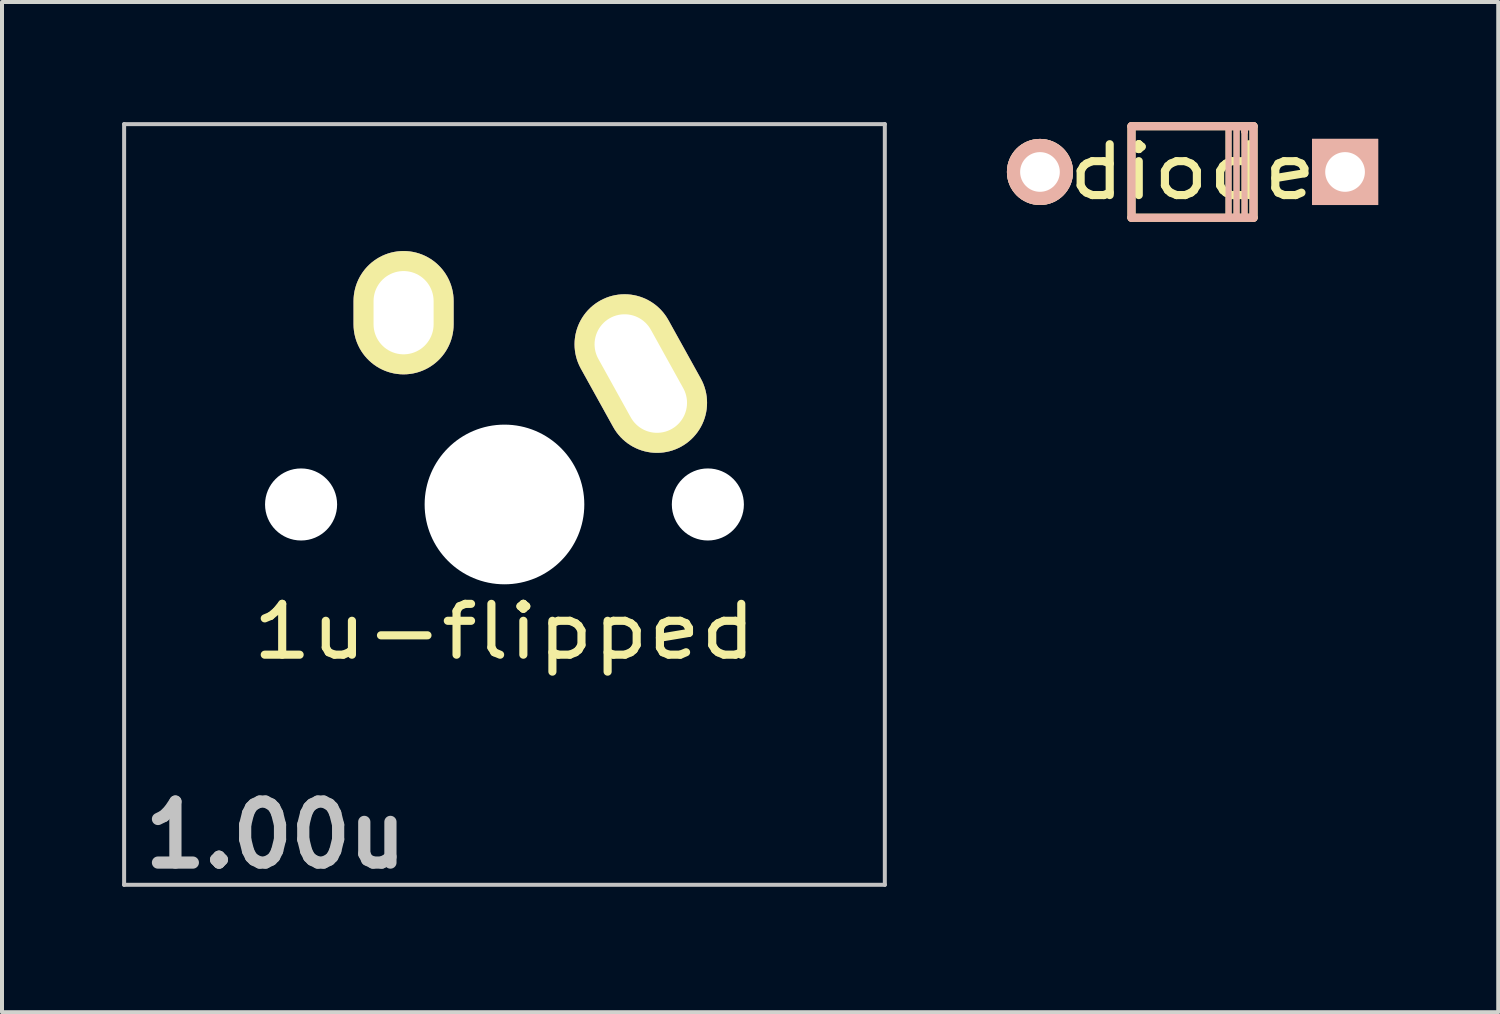
<source format=kicad_pcb>
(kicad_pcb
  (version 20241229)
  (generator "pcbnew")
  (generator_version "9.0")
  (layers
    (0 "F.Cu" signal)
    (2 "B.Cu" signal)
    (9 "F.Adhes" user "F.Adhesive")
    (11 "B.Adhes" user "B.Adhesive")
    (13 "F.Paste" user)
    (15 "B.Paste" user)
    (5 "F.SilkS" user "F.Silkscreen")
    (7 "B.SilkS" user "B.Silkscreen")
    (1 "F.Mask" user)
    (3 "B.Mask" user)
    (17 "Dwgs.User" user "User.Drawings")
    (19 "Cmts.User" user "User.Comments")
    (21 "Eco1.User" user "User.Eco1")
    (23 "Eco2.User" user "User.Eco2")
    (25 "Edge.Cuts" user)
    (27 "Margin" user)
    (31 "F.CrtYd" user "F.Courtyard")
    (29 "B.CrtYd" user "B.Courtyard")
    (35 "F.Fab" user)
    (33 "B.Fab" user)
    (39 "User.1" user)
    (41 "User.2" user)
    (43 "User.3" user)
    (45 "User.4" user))
  (footprint "diode"
    (layer "F.Cu")
    (at 26.735 1.245)
    (property "Reference" "diode" (at 0 0 0) (layer "F.SilkS") (effects (font (size 1.27 1.524) (thickness 0.203))))
    (attr through_hole)
    (fp_line (start -1.524 -1.143) (end 1.524 -1.143) (stroke (width 0.203) (type solid)) (layer "F.SilkS"))
    (fp_line (start -1.524 1.143) (end -1.524 -1.143) (stroke (width 0.203) (type solid)) (layer "F.SilkS"))
    (fp_line (start 0.9 1.1) (end 0.9 -1.1) (stroke (width 0.15) (type solid)) (layer "F.SilkS"))
    (fp_line (start 1.1 -1.1) (end 1.1 1.1) (stroke (width 0.15) (type solid)) (layer "F.SilkS"))
    (fp_line (start 1.3 -1.1) (end 1.3 -1) (stroke (width 0.15) (type solid)) (layer "F.SilkS"))
    (fp_line (start 1.3 -1) (end 1.3 -1.1) (stroke (width 0.15) (type solid)) (layer "F.SilkS"))
    (fp_line (start 1.3 1.1) (end 1.3 -1) (stroke (width 0.15) (type solid)) (layer "F.SilkS"))
    (fp_line (start 1.524 -1.143) (end 1.524 1.143) (stroke (width 0.203) (type solid)) (layer "F.SilkS"))
    (fp_line (start 1.524 1.143) (end -1.524 1.143) (stroke (width 0.203) (type solid)) (layer "F.SilkS"))
    (fp_line (start -1.524 -1.143) (end 1.524 -1.143) (stroke (width 0.203) (type solid)) (layer "B.SilkS"))
    (fp_line (start -1.524 1.143) (end -1.524 -1.143) (stroke (width 0.203) (type solid)) (layer "B.SilkS"))
    (fp_line (start 0.9 1.1) (end 0.9 -1.1) (stroke (width 0.15) (type solid)) (layer "B.SilkS"))
    (fp_line (start 1.1 -1.1) (end 1.1 1.1) (stroke (width 0.15) (type solid)) (layer "B.SilkS"))
    (fp_line (start 1.3 -1.1) (end 1.3 -1) (stroke (width 0.15) (type solid)) (layer "B.SilkS"))
    (fp_line (start 1.3 -1) (end 1.3 -1.1) (stroke (width 0.15) (type solid)) (layer "B.SilkS"))
    (fp_line (start 1.3 1.1) (end 1.3 -1) (stroke (width 0.15) (type solid)) (layer "B.SilkS"))
    (fp_line (start 1.524 -1.143) (end 1.524 1.143) (stroke (width 0.203) (type solid)) (layer "B.SilkS"))
    (fp_line (start 1.524 1.143) (end -1.524 1.143) (stroke (width 0.203) (type solid)) (layer "B.SilkS"))
    (pad "1" thru_hole rect (at 3.81 0) (size 1.651 1.651) (drill 0.991) (layers "*.Cu" "*.SilkS" "*.Mask"))
    (pad "2" thru_hole circle (at -3.81 0) (size 1.651 1.651) (drill 0.991) (layers "*.Cu" "*.SilkS" "*.Mask")))
  (footprint "1u-flipped"
    (layer "F.Cu")
    (at 9.55 9.55)
    (property "Reference" "1u-flipped" (at 0 3.175 0) (layer "F.SilkS") (effects (font (size 1.27 1.524) (thickness 0.203))))
    (attr through_hole)
    (fp_line (start -9.5 -9.5) (end 9.5 -9.5) (stroke (width 0.1) (type solid)) (layer "Dwgs.User"))
    (fp_line (start -9.5 9.5) (end -9.5 -9.5) (stroke (width 0.1) (type solid)) (layer "Dwgs.User"))
    (fp_line (start 9.5 -9.5) (end 9.5 9.5) (stroke (width 0.1) (type solid)) (layer "Dwgs.User"))
    (fp_line (start 9.5 9.5) (end -9.5 9.5) (stroke (width 0.1) (type solid)) (layer "Dwgs.User"))
    (fp_line (start -7 -7) (end 7 -7) (stroke (width 0.1) (type solid)) (layer "Eco2.User"))
    (fp_line (start -7 7) (end -7 -7) (stroke (width 0.1) (type solid)) (layer "Eco2.User"))
    (fp_line (start 7 -7) (end 7 7) (stroke (width 0.1) (type solid)) (layer "Eco2.User"))
    (fp_line (start 7 7) (end -7 7) (stroke (width 0.1) (type solid)) (layer "Eco2.User"))
    (fp_text user "1.00u" (at -5.715 8.255 0) (layer "Dwgs.User") (effects (font (size 1.524 1.524) (thickness 0.305))))
    (pad "" np_thru_hole circle (at -5.08 0) (size 1.8 1.8) (drill 1.8) (layers "*.Cu"))
    (pad "" np_thru_hole circle (at 0 0) (size 3.988 3.988) (drill 3.988) (layers "*.Cu"))
    (pad "" np_thru_hole circle (at 5.08 0) (size 1.8 1.8) (drill 1.8) (layers "*.Cu"))
    (pad "1" thru_hole oval (at -2.52 -4.79) (size 2.5 3.08) (drill oval 1.5 2.08) (layers "*.Cu" "*.Mask" "F.SilkS"))
    (pad "2" thru_hole oval (at 3.405 -3.27 29) (size 2.5 4.17) (drill oval 1.5 3.17) (layers "*.Cu" "*.Mask" "F.SilkS")))
  (gr_rect
    (start -3 -3)
    (end 34.371 22.231)
    (stroke (width 0.1) (type default))
    (fill no)
    (layer "Edge.Cuts")))
</source>
